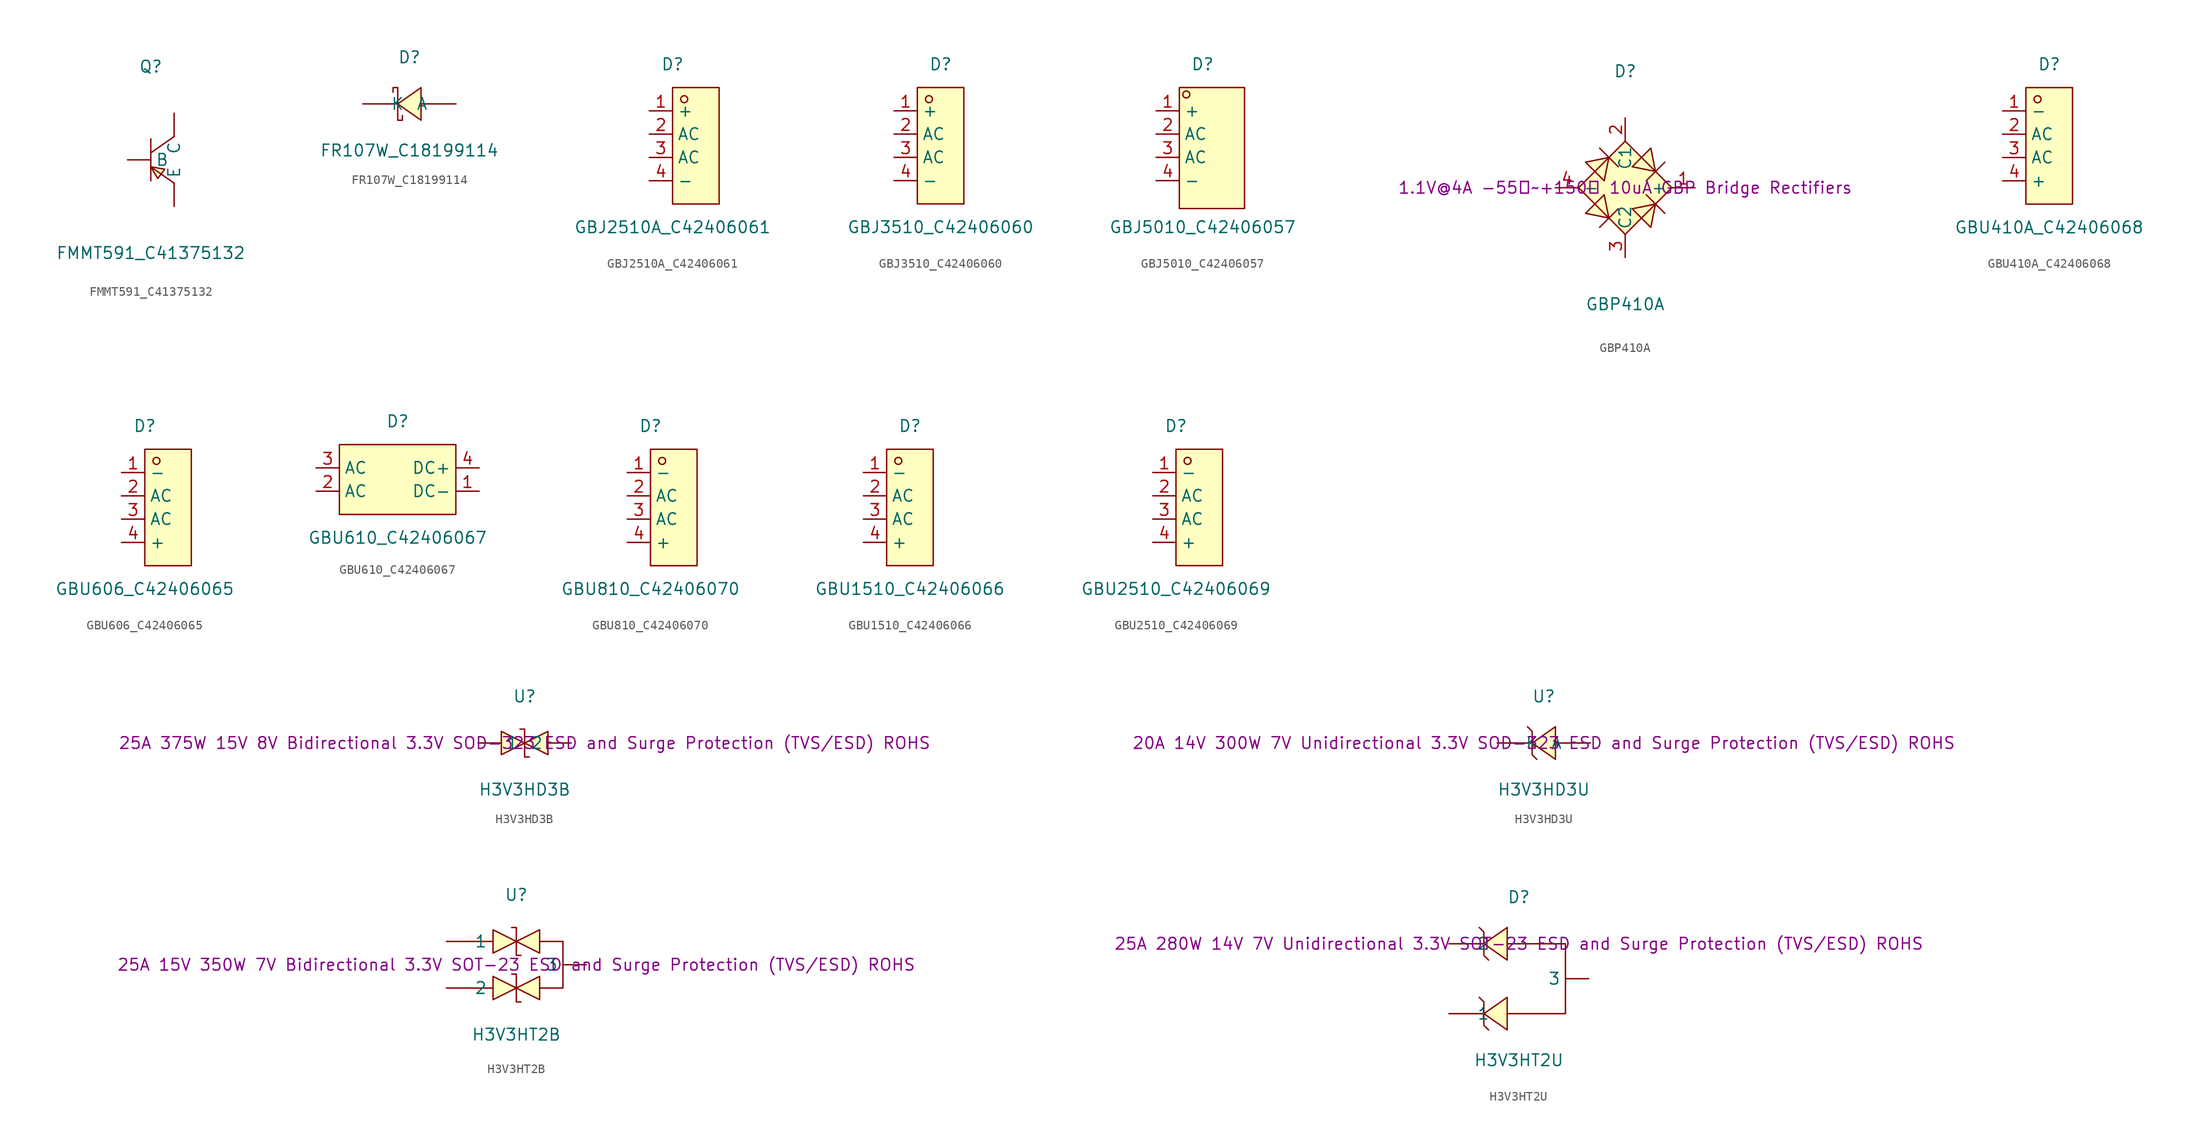
<source format=kicad_sym>
(kicad_symbol_lib
  (version 20241209)
  (generator "kicad_symbol_editor")
  (generator_version "9.0")
  (symbol "FMMT591_C41375132"
    (pin_numbers
      (hide yes))
    (property "Reference" "Q"
      (at 0 10.16 0)
      (effects (font (size 1.27 1.27))))
    (property "Value" "FMMT591_C41375132"
      (at 0 -10.16 0)
      (effects (font (size 1.27 1.27))))
    (symbol "FMMT591_C41375132_0_1"
      (polyline (pts (xy 0 2.29) (xy 0 -2.29)) (stroke (width 0) (type default)) (fill (type none)))
      (polyline (pts (xy 0 -0.76) (xy 2.54 -2.54)) (stroke (width 0) (type default)) (fill (type none)))
      (polyline (pts (xy 0 -0.76) (xy 1.52 -1.02) (xy 0.76 -2.03) (xy 0 -0.76)) (stroke (width 0) (type default)) (fill (type background)))
      (polyline (pts (xy 2.54 2.54) (xy 0 0.76)) (stroke (width 0) (type default)) (fill (type none)))
      (pin unspecified line (at -2.54 0 0) (length 2.54) (name "B" (effects (font (size 1.27 1.27)))) (number "1" (effects (font (size 1.27 1.27)))))
      (pin unspecified line (at 2.54 5.08 270) (length 2.54) (name "C" (effects (font (size 1.27 1.27)))) (number "3" (effects (font (size 1.27 1.27)))))
      (pin unspecified line (at 2.54 -5.08 90) (length 2.54) (name "E" (effects (font (size 1.27 1.27)))) (number "2" (effects (font (size 1.27 1.27)))))))
  (symbol "FR107W_C18199114"
    (pin_numbers
      (hide yes))
    (property "Reference" "D"
      (at 0 5.08 0)
      (effects (font (size 1.27 1.27))))
    (property "Value" "FR107W_C18199114"
      (at 0 -5.08 0)
      (effects (font (size 1.27 1.27))))
    (symbol "FR107W_C18199114_0_1"
      (polyline (pts (xy -1.78 1.27) (xy -1.78 1.78) (xy -1.27 1.78) (xy -1.27 -1.78) (xy -0.76 -1.78) (xy -0.76 -1.27)) (stroke (width 0) (type default)) (fill (type none)))
      (polyline (pts (xy -1.27 0) (xy -2.54 0)) (stroke (width 0) (type default)) (fill (type none)))
      (polyline (pts (xy 1.27 1.78) (xy -1.27 0) (xy 1.27 -1.78) (xy 1.27 1.78)) (stroke (width 0) (type default)) (fill (type background)))
      (polyline (pts (xy 2.54 0) (xy 1.27 0)) (stroke (width 0) (type default)) (fill (type none)))
      (pin unspecified line (at -5.08 0 0) (length 2.54) (name "K" (effects (font (size 1.27 1.27)))) (number "1" (effects (font (size 1.27 1.27)))))
      (pin unspecified line (at 5.08 0 180) (length 2.54) (name "A" (effects (font (size 1.27 1.27)))) (number "2" (effects (font (size 1.27 1.27)))))))
  (symbol "GBJ2510A_C42406061"
    (property "Reference" "D"
      (at 0 10.16 0)
      (effects (font (size 1.27 1.27))))
    (property "Value" "GBJ2510A_C42406061"
      (at 0 -7.62 0)
      (effects (font (size 1.27 1.27))))
    (symbol "GBJ2510A_C42406061_0_1"
      (rectangle (start 0 7.62) (end 5.08 -5.08) (stroke (width 0) (type default)) (fill (type background)))
      (circle (center 1.27 6.35) (radius 0.38) (stroke (width 0) (type default)) (fill (type none)))
      (pin unspecified line (at -2.54 5.08 0) (length 2.54) (name "+" (effects (font (size 1.27 1.27)))) (number "1" (effects (font (size 1.27 1.27)))))
      (pin unspecified line (at -2.54 2.54 0) (length 2.54) (name "AC" (effects (font (size 1.27 1.27)))) (number "2" (effects (font (size 1.27 1.27)))))
      (pin unspecified line (at -2.54 0 0) (length 2.54) (name "AC" (effects (font (size 1.27 1.27)))) (number "3" (effects (font (size 1.27 1.27)))))
      (pin unspecified line (at -2.54 -2.54 0) (length 2.54) (name "-" (effects (font (size 1.27 1.27)))) (number "4" (effects (font (size 1.27 1.27)))))))
  (symbol "GBJ3510_C42406060"
    (property "Reference" "D"
      (at 0 8.89 0)
      (effects (font (size 1.27 1.27))))
    (property "Value" "GBJ3510_C42406060"
      (at 0 -8.89 0)
      (effects (font (size 1.27 1.27))))
    (symbol "GBJ3510_C42406060_0_1"
      (rectangle (start -2.54 6.35) (end 2.54 -6.35) (stroke (width 0) (type default)) (fill (type background)))
      (circle (center -1.27 5.08) (radius 0.38) (stroke (width 0) (type default)) (fill (type none)))
      (pin unspecified line (at -5.08 3.81 0) (length 2.54) (name "+" (effects (font (size 1.27 1.27)))) (number "1" (effects (font (size 1.27 1.27)))))
      (pin unspecified line (at -5.08 1.27 0) (length 2.54) (name "AC" (effects (font (size 1.27 1.27)))) (number "2" (effects (font (size 1.27 1.27)))))
      (pin unspecified line (at -5.08 -1.27 0) (length 2.54) (name "AC" (effects (font (size 1.27 1.27)))) (number "3" (effects (font (size 1.27 1.27)))))
      (pin unspecified line (at -5.08 -3.81 0) (length 2.54) (name "-" (effects (font (size 1.27 1.27)))) (number "4" (effects (font (size 1.27 1.27)))))))
  (symbol "GBJ5010_C42406057"
    (property "Reference" "D"
      (at 0 10.16 0)
      (effects (font (size 1.27 1.27))))
    (property "Value" "GBJ5010_C42406057"
      (at 0 -7.62 0)
      (effects (font (size 1.27 1.27))))
    (symbol "GBJ5010_C42406057_0_1"
      (rectangle (start -2.54 7.62) (end 4.57 -5.59) (stroke (width 0) (type default)) (fill (type background)))
      (circle (center -1.78 6.86) (radius 0.38) (stroke (width 0) (type default)) (fill (type none)))
      (pin unspecified line (at -5.08 5.08 0) (length 2.54) (name "+" (effects (font (size 1.27 1.27)))) (number "1" (effects (font (size 1.27 1.27)))))
      (pin unspecified line (at -5.08 2.54 0) (length 2.54) (name "AC" (effects (font (size 1.27 1.27)))) (number "2" (effects (font (size 1.27 1.27)))))
      (pin unspecified line (at -5.08 0 0) (length 2.54) (name "AC" (effects (font (size 1.27 1.27)))) (number "3" (effects (font (size 1.27 1.27)))))
      (pin unspecified line (at -5.08 -2.54 0) (length 2.54) (name "-" (effects (font (size 1.27 1.27)))) (number "4" (effects (font (size 1.27 1.27)))))))
  (symbol "GBP410A"
    (property "Reference" "D"
      (at 0 12.7 0)
      (effects (font (size 1.27 1.27))))
    (property "Value" "GBP410A"
      (at 0 -12.7 0)
      (effects (font (size 1.27 1.27))))
    (property "Description" "1.1V@4A -55℃~+150℃ 10uA GBP Bridge Rectifiers"
      (at 0 0 0)
      (effects (font (size 1.27 1.27))))
    (symbol "GBP410A_0_1"
      (polyline (pts (xy -4.32 2.79) (xy -1.78 3.3) (xy -2.29 0.76) (xy -4.32 2.79)) (stroke (width 0) (type default)) (fill (type background)))
      (polyline (pts (xy -2.79 4.32) (xy -0.76 2.29)) (stroke (width 0) (type default)) (fill (type none)))
      (polyline (pts (xy -2.29 -0.76) (xy -1.78 -3.3) (xy -4.32 -2.79) (xy -2.29 -0.76)) (stroke (width 0) (type default)) (fill (type background)))
      (polyline (pts (xy -0.76 -2.29) (xy -2.79 -4.32)) (stroke (width 0) (type default)) (fill (type none)))
      (polyline (pts (xy 0 5.08) (xy -5.08 0) (xy 0 -5.08) (xy 5.08 0) (xy 0 5.08)) (stroke (width 0) (type default)) (fill (type background)))
      (polyline (pts (xy 0.76 -2.29) (xy 3.3 -1.78) (xy 2.79 -4.32) (xy 0.76 -2.29)) (stroke (width 0) (type default)) (fill (type background)))
      (polyline (pts (xy 2.29 -0.76) (xy 4.32 -2.79)) (stroke (width 0) (type default)) (fill (type none)))
      (polyline (pts (xy 2.79 4.32) (xy 3.3 1.78) (xy 0.76 2.29) (xy 2.79 4.32)) (stroke (width 0) (type default)) (fill (type background)))
      (polyline (pts (xy 4.32 2.79) (xy 2.29 0.76)) (stroke (width 0) (type default)) (fill (type none)))
      (pin unspecified line (at -7.62 0 0) (length 2.54) (name "-" (effects (font (size 1.27 1.27)))) (number "4" (effects (font (size 1.27 1.27)))))
      (pin unspecified line (at 0 7.62 270) (length 2.54) (name "C1" (effects (font (size 1.27 1.27)))) (number "2" (effects (font (size 1.27 1.27)))))
      (pin unspecified line (at 0 -7.62 90) (length 2.54) (name "C2" (effects (font (size 1.27 1.27)))) (number "3" (effects (font (size 1.27 1.27)))))
      (pin unspecified line (at 7.62 0 180) (length 2.54) (name "+" (effects (font (size 1.27 1.27)))) (number "1" (effects (font (size 1.27 1.27)))))))
  (symbol "GBU410A_C42406068"
    (property "Reference" "D"
      (at 0 8.89 0)
      (effects (font (size 1.27 1.27))))
    (property "Value" "GBU410A_C42406068"
      (at 0 -8.89 0)
      (effects (font (size 1.27 1.27))))
    (symbol "GBU410A_C42406068_0_1"
      (rectangle (start -2.54 6.35) (end 2.54 -6.35) (stroke (width 0) (type default)) (fill (type background)))
      (circle (center -1.27 5.08) (radius 0.38) (stroke (width 0) (type default)) (fill (type none)))
      (pin unspecified line (at -5.08 3.81 0) (length 2.54) (name "-" (effects (font (size 1.27 1.27)))) (number "1" (effects (font (size 1.27 1.27)))))
      (pin unspecified line (at -5.08 1.27 0) (length 2.54) (name "AC" (effects (font (size 1.27 1.27)))) (number "2" (effects (font (size 1.27 1.27)))))
      (pin unspecified line (at -5.08 -1.27 0) (length 2.54) (name "AC" (effects (font (size 1.27 1.27)))) (number "3" (effects (font (size 1.27 1.27)))))
      (pin unspecified line (at -5.08 -3.81 0) (length 2.54) (name "+" (effects (font (size 1.27 1.27)))) (number "4" (effects (font (size 1.27 1.27)))))))
  (symbol "GBU606_C42406065"
    (property "Reference" "D"
      (at 0 10.16 0)
      (effects (font (size 1.27 1.27))))
    (property "Value" "GBU606_C42406065"
      (at 0 -7.62 0)
      (effects (font (size 1.27 1.27))))
    (symbol "GBU606_C42406065_0_1"
      (rectangle (start 0 7.62) (end 5.08 -5.08) (stroke (width 0) (type default)) (fill (type background)))
      (circle (center 1.27 6.35) (radius 0.38) (stroke (width 0) (type default)) (fill (type none)))
      (pin unspecified line (at -2.54 5.08 0) (length 2.54) (name "-" (effects (font (size 1.27 1.27)))) (number "1" (effects (font (size 1.27 1.27)))))
      (pin unspecified line (at -2.54 2.54 0) (length 2.54) (name "AC" (effects (font (size 1.27 1.27)))) (number "2" (effects (font (size 1.27 1.27)))))
      (pin unspecified line (at -2.54 0 0) (length 2.54) (name "AC" (effects (font (size 1.27 1.27)))) (number "3" (effects (font (size 1.27 1.27)))))
      (pin unspecified line (at -2.54 -2.54 0) (length 2.54) (name "+" (effects (font (size 1.27 1.27)))) (number "4" (effects (font (size 1.27 1.27)))))))
  (symbol "GBU610_C42406067"
    (property "Reference" "D"
      (at 0 6.35 0)
      (effects (font (size 1.27 1.27))))
    (property "Value" "GBU610_C42406067"
      (at 0 -6.35 0)
      (effects (font (size 1.27 1.27))))
    (symbol "GBU610_C42406067_0_1"
      (rectangle (start -6.35 3.81) (end 6.35 -3.81) (stroke (width 0) (type default)) (fill (type background)))
      (pin unspecified line (at -8.89 1.27 0) (length 2.54) (name "AC" (effects (font (size 1.27 1.27)))) (number "3" (effects (font (size 1.27 1.27)))))
      (pin unspecified line (at -8.89 -1.27 0) (length 2.54) (name "AC" (effects (font (size 1.27 1.27)))) (number "2" (effects (font (size 1.27 1.27)))))
      (pin unspecified line (at 8.89 1.27 180) (length 2.54) (name "DC+" (effects (font (size 1.27 1.27)))) (number "4" (effects (font (size 1.27 1.27)))))
      (pin unspecified line (at 8.89 -1.27 180) (length 2.54) (name "DC-" (effects (font (size 1.27 1.27)))) (number "1" (effects (font (size 1.27 1.27)))))))
  (symbol "GBU810_C42406070"
    (property "Reference" "D"
      (at 0 10.16 0)
      (effects (font (size 1.27 1.27))))
    (property "Value" "GBU810_C42406070"
      (at 0 -7.62 0)
      (effects (font (size 1.27 1.27))))
    (symbol "GBU810_C42406070_0_1"
      (rectangle (start 0 7.62) (end 5.08 -5.08) (stroke (width 0) (type default)) (fill (type background)))
      (circle (center 1.27 6.35) (radius 0.38) (stroke (width 0) (type default)) (fill (type none)))
      (pin unspecified line (at -2.54 5.08 0) (length 2.54) (name "-" (effects (font (size 1.27 1.27)))) (number "1" (effects (font (size 1.27 1.27)))))
      (pin unspecified line (at -2.54 2.54 0) (length 2.54) (name "AC" (effects (font (size 1.27 1.27)))) (number "2" (effects (font (size 1.27 1.27)))))
      (pin unspecified line (at -2.54 0 0) (length 2.54) (name "AC" (effects (font (size 1.27 1.27)))) (number "3" (effects (font (size 1.27 1.27)))))
      (pin unspecified line (at -2.54 -2.54 0) (length 2.54) (name "+" (effects (font (size 1.27 1.27)))) (number "4" (effects (font (size 1.27 1.27)))))))
  (symbol "GBU1510_C42406066"
    (property "Reference" "D"
      (at 0 8.89 0)
      (effects (font (size 1.27 1.27))))
    (property "Value" "GBU1510_C42406066"
      (at 0 -8.89 0)
      (effects (font (size 1.27 1.27))))
    (symbol "GBU1510_C42406066_0_1"
      (rectangle (start -2.54 6.35) (end 2.54 -6.35) (stroke (width 0) (type default)) (fill (type background)))
      (circle (center -1.27 5.08) (radius 0.38) (stroke (width 0) (type default)) (fill (type none)))
      (pin unspecified line (at -5.08 3.81 0) (length 2.54) (name "-" (effects (font (size 1.27 1.27)))) (number "1" (effects (font (size 1.27 1.27)))))
      (pin unspecified line (at -5.08 1.27 0) (length 2.54) (name "AC" (effects (font (size 1.27 1.27)))) (number "2" (effects (font (size 1.27 1.27)))))
      (pin unspecified line (at -5.08 -1.27 0) (length 2.54) (name "AC" (effects (font (size 1.27 1.27)))) (number "3" (effects (font (size 1.27 1.27)))))
      (pin unspecified line (at -5.08 -3.81 0) (length 2.54) (name "+" (effects (font (size 1.27 1.27)))) (number "4" (effects (font (size 1.27 1.27)))))))
  (symbol "GBU2510_C42406069"
    (property "Reference" "D"
      (at 0 10.16 0)
      (effects (font (size 1.27 1.27))))
    (property "Value" "GBU2510_C42406069"
      (at 0 -7.62 0)
      (effects (font (size 1.27 1.27))))
    (symbol "GBU2510_C42406069_0_1"
      (rectangle (start 0 7.62) (end 5.08 -5.08) (stroke (width 0) (type default)) (fill (type background)))
      (circle (center 1.27 6.35) (radius 0.38) (stroke (width 0) (type default)) (fill (type none)))
      (pin unspecified line (at -2.54 5.08 0) (length 2.54) (name "-" (effects (font (size 1.27 1.27)))) (number "1" (effects (font (size 1.27 1.27)))))
      (pin unspecified line (at -2.54 2.54 0) (length 2.54) (name "AC" (effects (font (size 1.27 1.27)))) (number "2" (effects (font (size 1.27 1.27)))))
      (pin unspecified line (at -2.54 0 0) (length 2.54) (name "AC" (effects (font (size 1.27 1.27)))) (number "3" (effects (font (size 1.27 1.27)))))
      (pin unspecified line (at -2.54 -2.54 0) (length 2.54) (name "+" (effects (font (size 1.27 1.27)))) (number "4" (effects (font (size 1.27 1.27)))))))
  (symbol "H3V3HD3B"
    (pin_numbers
      (hide yes))
    (property "Reference" "U"
      (at 0 5.08 0)
      (effects (font (size 1.27 1.27))))
    (property "Value" "H3V3HD3B"
      (at 0 -5.08 0)
      (effects (font (size 1.27 1.27))))
    (property "Description" "25A 375W 15V 8V Bidirectional 3.3V SOD-323 ESD and Surge Protection (TVS/ESD) ROHS"
      (at 0 0 0)
      (effects (font (size 1.27 1.27))))
    (symbol "H3V3HD3B_0_1"
      (polyline (pts (xy -2.54 1.27) (xy 0 0) (xy -2.54 -1.27) (xy -2.54 1.27)) (stroke (width 0) (type default)) (fill (type background)))
      (polyline (pts (xy -0.51 1.52) (xy -0.51 1.52) (xy 0 1.52) (xy 0 -1.52) (xy 0.51 -1.52) (xy 0.51 -1.52)) (stroke (width 0) (type default)) (fill (type none)))
      (polyline (pts (xy 2.54 1.27) (xy 0 0) (xy 2.54 -1.27) (xy 2.54 1.27)) (stroke (width 0) (type default)) (fill (type background)))
      (pin unspecified line (at -5.08 0 0) (length 2.54) (name "1" (effects (font (size 1.27 1.27)))) (number "1" (effects (font (size 1.27 1.27)))))
      (pin unspecified line (at 5.08 0 180) (length 2.54) (name "2" (effects (font (size 1.27 1.27)))) (number "2" (effects (font (size 1.27 1.27)))))))
  (symbol "H3V3HD3U"
    (pin_numbers
      (hide yes))
    (property "Reference" "U"
      (at 0 5.08 0)
      (effects (font (size 1.27 1.27))))
    (property "Value" "H3V3HD3U"
      (at 0 -5.08 0)
      (effects (font (size 1.27 1.27))))
    (property "Description" "20A 14V 300W 7V Unidirectional 3.3V SOD-323 ESD and Surge Protection (TVS/ESD) ROHS"
      (at 0 0 0)
      (effects (font (size 1.27 1.27))))
    (symbol "H3V3HD3U_0_1"
      (polyline (pts (xy -1.78 1.78) (xy -1.27 1.27) (xy -1.27 -1.27) (xy -0.76 -1.78)) (stroke (width 0) (type default)) (fill (type none)))
      (polyline (pts (xy -1.27 0) (xy -2.54 0)) (stroke (width 0) (type default)) (fill (type none)))
      (polyline (pts (xy 1.27 1.78) (xy -1.27 0) (xy 1.27 -1.78) (xy 1.27 1.78)) (stroke (width 0) (type default)) (fill (type background)))
      (polyline (pts (xy 2.54 0) (xy 1.27 0)) (stroke (width 0) (type default)) (fill (type none)))
      (pin unspecified line (at -5.08 0 0) (length 2.54) (name "K" (effects (font (size 1.27 1.27)))) (number "1" (effects (font (size 1.27 1.27)))))
      (pin unspecified line (at 5.08 0 180) (length 2.54) (name "A" (effects (font (size 1.27 1.27)))) (number "2" (effects (font (size 1.27 1.27)))))))
  (symbol "H3V3HT2B"
    (pin_numbers
      (hide yes))
    (property "Reference" "U"
      (at 0 7.62 0)
      (effects (font (size 1.27 1.27))))
    (property "Value" "H3V3HT2B"
      (at 0 -7.62 0)
      (effects (font (size 1.27 1.27))))
    (property "Description" "25A 15V 350W 7V Bidirectional 3.3V SOT-23 ESD and Surge Protection (TVS/ESD) ROHS"
      (at 0 0 0)
      (effects (font (size 1.27 1.27))))
    (symbol "H3V3HT2B_0_1"
      (polyline (pts (xy -2.54 3.81) (xy 0 2.54) (xy -2.54 1.27) (xy -2.54 3.81)) (stroke (width 0) (type default)) (fill (type background)))
      (polyline (pts (xy -2.54 2.54) (xy -5.08 2.54) (xy -4.83 2.54)) (stroke (width 0) (type default)) (fill (type none)))
      (polyline (pts (xy -2.54 -1.27) (xy 0 -2.54) (xy -2.54 -3.81) (xy -2.54 -1.27)) (stroke (width 0) (type default)) (fill (type background)))
      (polyline (pts (xy -2.54 -2.54) (xy -5.08 -2.54)) (stroke (width 0) (type default)) (fill (type none)))
      (polyline (pts (xy -0.51 4.06) (xy -0.51 4.06) (xy 0 4.06) (xy 0 1.02) (xy 0.51 1.02) (xy 0.51 1.02)) (stroke (width 0) (type default)) (fill (type none)))
      (polyline (pts (xy -0.51 -1.02) (xy -0.51 -1.02) (xy 0 -1.02) (xy 0 -4.06) (xy 0.51 -4.06) (xy 0.51 -4.06)) (stroke (width 0) (type default)) (fill (type none)))
      (polyline (pts (xy 2.54 3.81) (xy 0 2.54) (xy 2.54 1.27) (xy 2.54 3.81)) (stroke (width 0) (type default)) (fill (type background)))
      (polyline (pts (xy 2.54 2.54) (xy 5.08 2.54) (xy 5.08 -2.54) (xy 2.54 -2.54)) (stroke (width 0) (type default)) (fill (type none)))
      (polyline (pts (xy 2.54 -1.27) (xy 0 -2.54) (xy 2.54 -3.81) (xy 2.54 -1.27)) (stroke (width 0) (type default)) (fill (type background)))
      (pin unspecified line (at -7.62 2.54 0) (length 2.54) (name "1" (effects (font (size 1.27 1.27)))) (number "1" (effects (font (size 1.27 1.27)))))
      (pin unspecified line (at -7.62 -2.54 0) (length 2.54) (name "2" (effects (font (size 1.27 1.27)))) (number "2" (effects (font (size 1.27 1.27)))))
      (pin unspecified line (at 7.62 0 180) (length 2.54) (name "3" (effects (font (size 1.27 1.27)))) (number "3" (effects (font (size 1.27 1.27)))))))
  (symbol "H3V3HT2U"
    (pin_numbers
      (hide yes))
    (property "Reference" "D"
      (at 0 5.08 0)
      (effects (font (size 1.27 1.27))))
    (property "Value" "H3V3HT2U"
      (at 0 -12.7 0)
      (effects (font (size 1.27 1.27))))
    (property "Description" "25A 280W 14V 7V Unidirectional 3.3V SOT-23 ESD and Surge Protection (TVS/ESD) ROHS"
      (at 0 0 0)
      (effects (font (size 1.27 1.27))))
    (symbol "H3V3HT2U_0_1"
      (polyline (pts (xy -4.32 1.78) (xy -3.81 1.27) (xy -3.81 -1.27) (xy -3.3 -1.78)) (stroke (width 0) (type default)) (fill (type none)))
      (polyline (pts (xy -4.32 -5.84) (xy -3.81 -6.35) (xy -3.81 -8.89) (xy -3.3 -9.4)) (stroke (width 0) (type default)) (fill (type none)))
      (polyline (pts (xy -3.81 0) (xy -5.08 0)) (stroke (width 0) (type default)) (fill (type none)))
      (polyline (pts (xy -3.81 -7.62) (xy -5.08 -7.62)) (stroke (width 0) (type default)) (fill (type none)))
      (polyline (pts (xy -1.27 1.78) (xy -3.81 0) (xy -1.27 -1.78) (xy -1.27 1.78)) (stroke (width 0) (type default)) (fill (type background)))
      (polyline (pts (xy -1.27 -5.84) (xy -3.81 -7.62) (xy -1.27 -9.4) (xy -1.27 -5.84)) (stroke (width 0) (type default)) (fill (type background)))
      (polyline (pts (xy 0 0) (xy -1.27 0)) (stroke (width 0) (type default)) (fill (type none)))
      (polyline (pts (xy 0 0) (xy 5.08 0) (xy 5.08 -7.62) (xy 0 -7.62)) (stroke (width 0) (type default)) (fill (type none)))
      (polyline (pts (xy 0 -7.62) (xy -1.27 -7.62)) (stroke (width 0) (type default)) (fill (type none)))
      (pin unspecified line (at -7.62 0 0) (length 2.54) (name "2" (effects (font (size 1.27 1.27)))) (number "2" (effects (font (size 1.27 1.27)))))
      (pin unspecified line (at -7.62 -7.62 0) (length 2.54) (name "1" (effects (font (size 1.27 1.27)))) (number "1" (effects (font (size 1.27 1.27)))))
      (pin unspecified line (at 7.62 -3.81 180) (length 2.54) (name "3" (effects (font (size 1.27 1.27)))) (number "3" (effects (font (size 1.27 1.27))))))))
</source>
